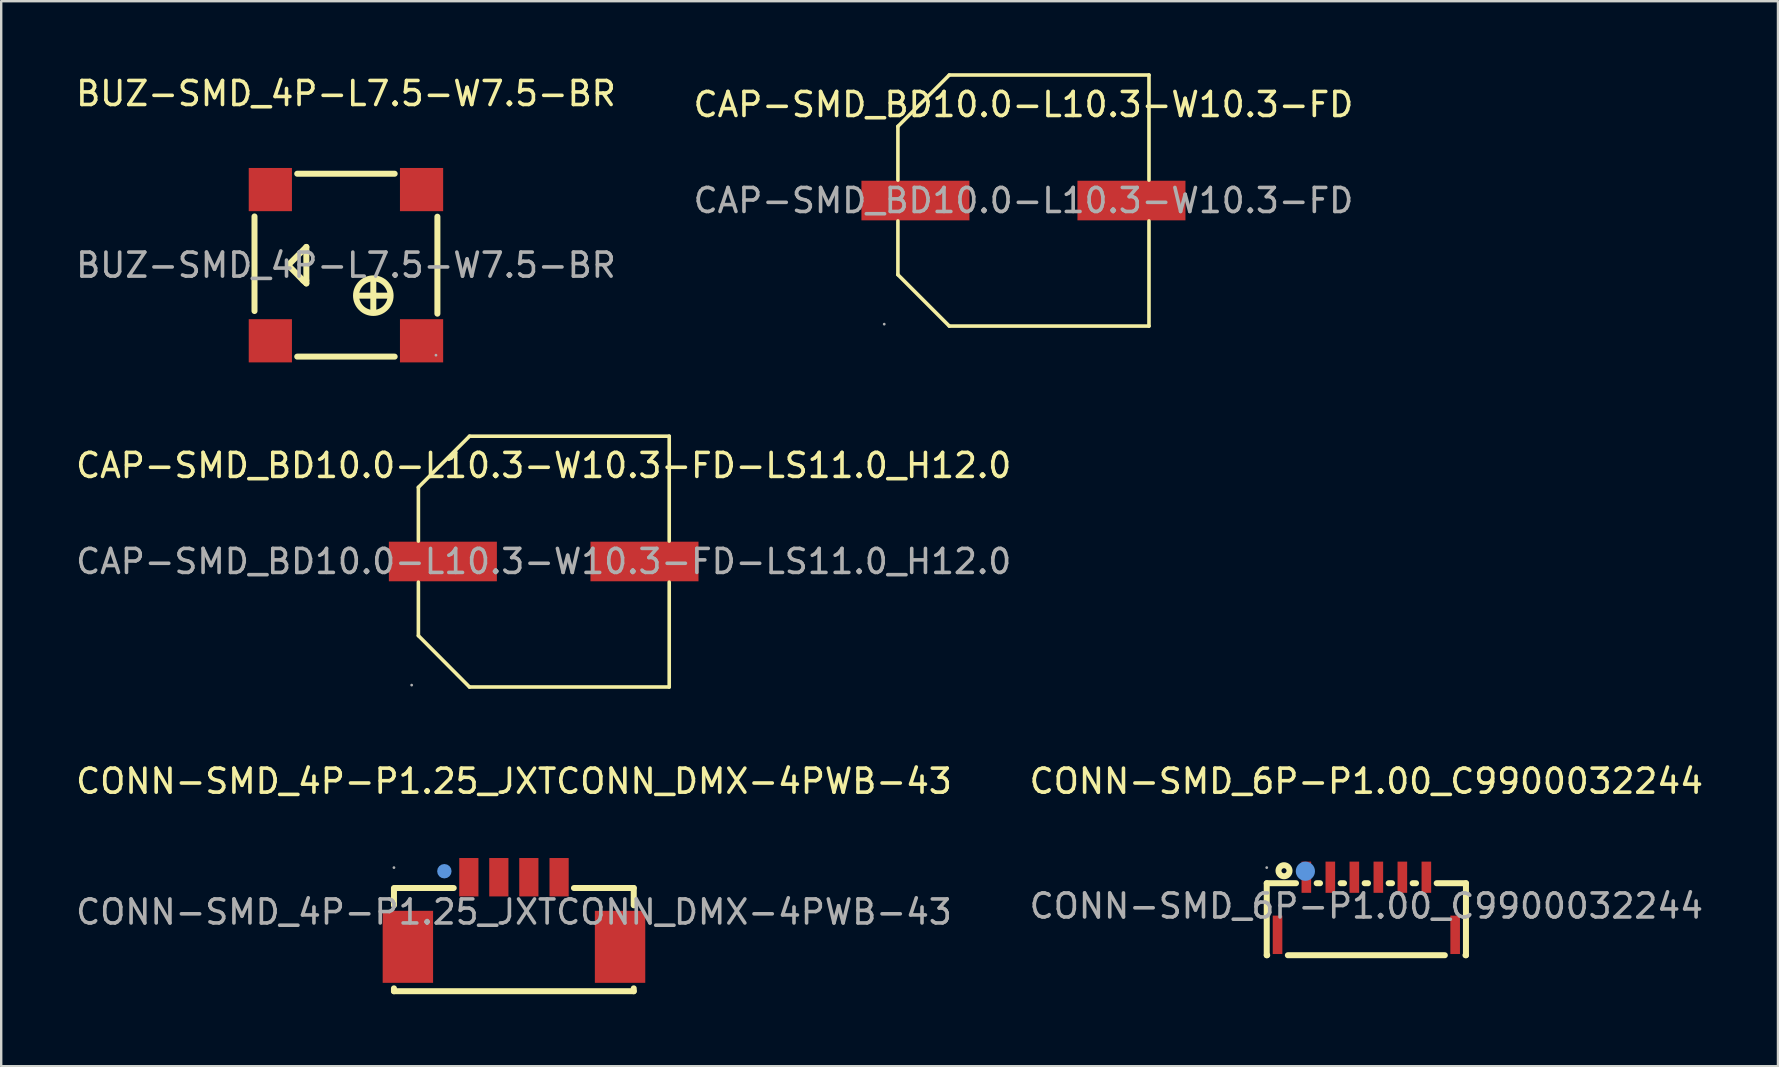
<source format=kicad_pcb>
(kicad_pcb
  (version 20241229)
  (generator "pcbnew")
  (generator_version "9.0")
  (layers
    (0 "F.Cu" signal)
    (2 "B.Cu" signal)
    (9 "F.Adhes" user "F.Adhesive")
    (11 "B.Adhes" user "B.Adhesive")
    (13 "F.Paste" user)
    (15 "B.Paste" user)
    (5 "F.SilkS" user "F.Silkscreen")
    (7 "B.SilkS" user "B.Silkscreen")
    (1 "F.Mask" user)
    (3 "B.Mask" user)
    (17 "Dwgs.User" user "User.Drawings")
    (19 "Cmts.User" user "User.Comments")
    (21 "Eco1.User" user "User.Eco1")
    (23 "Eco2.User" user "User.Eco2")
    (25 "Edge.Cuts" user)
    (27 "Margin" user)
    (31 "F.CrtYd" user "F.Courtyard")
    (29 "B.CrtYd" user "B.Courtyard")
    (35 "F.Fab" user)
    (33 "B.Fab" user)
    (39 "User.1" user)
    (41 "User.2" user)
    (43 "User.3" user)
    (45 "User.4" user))
  (footprint "CAP-SMD_BD10.0-L10.3-W10.3-FD-LS11.0_H12.0"
    (layer "F.Cu")
    (at 19.601 20.343)
    (property "Reference" "CAP-SMD_BD10.0-L10.3-W10.3-FD-LS11.0_H12.0" (at 0 -4 0) (layer "F.SilkS") (effects (font (size 1 1) (thickness 0.15))))
    (attr smd)
    (fp_line (start -5.22 -3.09) (end -5.22 -0.85) (stroke (width 0.15) (type solid)) (layer "F.SilkS"))
    (fp_line (start -5.22 3.09) (end -5.22 0.86) (stroke (width 0.15) (type solid)) (layer "F.SilkS"))
    (fp_line (start -3.09 -5.22) (end -5.22 -3.09) (stroke (width 0.15) (type solid)) (layer "F.SilkS"))
    (fp_line (start -3.09 5.23) (end -5.22 3.09) (stroke (width 0.15) (type solid)) (layer "F.SilkS"))
    (fp_line (start 5.23 -5.22) (end -3.09 -5.22) (stroke (width 0.15) (type solid)) (layer "F.SilkS"))
    (fp_line (start 5.23 -0.85) (end 5.23 -5.22) (stroke (width 0.15) (type solid)) (layer "F.SilkS"))
    (fp_line (start 5.23 0.86) (end 5.23 5.23) (stroke (width 0.15) (type solid)) (layer "F.SilkS"))
    (fp_line (start 5.23 5.23) (end -3.09 5.23) (stroke (width 0.15) (type solid)) (layer "F.SilkS"))
    (fp_circle (center -5.5 5.15) (end -5.47 5.15) (stroke (width 0.06) (type solid)) (fill no) (layer "F.Fab"))
    (fp_text user "${REFERENCE}" (at 0 0 0) (layer "F.Fab") (effects (font (size 1 1) (thickness 0.15))))
    (pad "1" smd rect (at -4.2 0) (size 4.5 1.65) (layers "F.Cu" "F.Mask" "F.Paste"))
    (pad "2" smd rect (at 4.2 0) (size 4.5 1.65) (layers "F.Cu" "F.Mask" "F.Paste")))
  (footprint "CONN-SMD_6P-P1.00_C9900032244"
    (layer "F.Cu")
    (at 53.875 34.697)
    (property "Reference" "CONN-SMD_6P-P1.00_C9900032244" (at 0 -5.2 0) (layer "F.SilkS") (effects (font (size 1 1) (thickness 0.15))))
    (attr smd)
    (fp_line (start -4.15 -0.95) (end -4.15 2.05) (stroke (width 0.25) (type solid)) (layer "F.SilkS"))
    (fp_line (start -4.15 2.05) (end -4.13 2.05) (stroke (width 0.25) (type solid)) (layer "F.SilkS"))
    (fp_line (start -3.27 2.05) (end 3.27 2.05) (stroke (width 0.25) (type solid)) (layer "F.SilkS"))
    (fp_line (start -2.93 -0.95) (end -4.15 -0.95) (stroke (width 0.25) (type solid)) (layer "F.SilkS"))
    (fp_line (start -1.93 -0.95) (end -2.07 -0.95) (stroke (width 0.25) (type solid)) (layer "F.SilkS"))
    (fp_line (start -0.93 -0.95) (end -1.07 -0.95) (stroke (width 0.25) (type solid)) (layer "F.SilkS"))
    (fp_line (start 0.07 -0.95) (end -0.07 -0.95) (stroke (width 0.25) (type solid)) (layer "F.SilkS"))
    (fp_line (start 1.07 -0.95) (end 0.93 -0.95) (stroke (width 0.25) (type solid)) (layer "F.SilkS"))
    (fp_line (start 2.07 -0.95) (end 1.93 -0.95) (stroke (width 0.25) (type solid)) (layer "F.SilkS"))
    (fp_line (start 4.13 2.05) (end 4.15 2.05) (stroke (width 0.25) (type solid)) (layer "F.SilkS"))
    (fp_line (start 4.15 -0.95) (end 2.93 -0.95) (stroke (width 0.25) (type solid)) (layer "F.SilkS"))
    (fp_line (start 4.15 2.05) (end 4.15 -0.95) (stroke (width 0.25) (type solid)) (layer "F.SilkS"))
    (fp_circle (center -3.43 -1.47) (end -3.2 -1.47) (stroke (width 0.25) (type solid)) (fill no) (layer "F.SilkS"))
    (fp_circle (center -2.54 -1.45) (end -2.34 -1.45) (stroke (width 0.4) (type solid)) (fill no) (layer "Cmts.User"))
    (fp_circle (center -4.15 -1.6) (end -4.12 -1.6) (stroke (width 0.06) (type solid)) (fill no) (layer "F.Fab"))
    (fp_text user "${REFERENCE}" (at 0 0 0) (layer "F.Fab") (effects (font (size 1 1) (thickness 0.15))))
    (pad "1" smd rect (at -2.5 -1.2) (size 0.4 1.3) (layers "F.Cu" "F.Mask" "F.Paste"))
    (pad "2" smd rect (at -1.5 -1.2) (size 0.4 1.3) (layers "F.Cu" "F.Mask" "F.Paste"))
    (pad "3" smd rect (at -0.5 -1.2) (size 0.4 1.3) (layers "F.Cu" "F.Mask" "F.Paste"))
    (pad "4" smd rect (at 0.5 -1.2) (size 0.4 1.3) (layers "F.Cu" "F.Mask" "F.Paste"))
    (pad "5" smd rect (at 1.5 -1.2) (size 0.4 1.3) (layers "F.Cu" "F.Mask" "F.Paste"))
    (pad "6" smd rect (at 2.5 -1.2) (size 0.4 1.3) (layers "F.Cu" "F.Mask" "F.Paste"))
    (pad "7" smd rect (at -3.7 1.2) (size 0.4 1.6) (layers "F.Cu" "F.Mask" "F.Paste"))
    (pad "8" smd rect (at 3.7 1.2) (size 0.4 1.6) (layers "F.Cu" "F.Mask" "F.Paste")))
  (footprint "CONN-SMD_4P-P1.25_JXTCONN_DMX-4PWB-43"
    (layer "F.Cu")
    (at 18.363 34.947)
    (property "Reference" "CONN-SMD_4P-P1.25_JXTCONN_DMX-4PWB-43" (at 0 -5.45 0) (layer "F.SilkS") (effects (font (size 1 1) (thickness 0.15))))
    (attr smd)
    (fp_line (start -5 -1) (end -5 -0.28) (stroke (width 0.25) (type solid)) (layer "F.SilkS"))
    (fp_line (start -5 3.18) (end -5 3.3) (stroke (width 0.25) (type solid)) (layer "F.SilkS"))
    (fp_line (start -5 3.3) (end 4.99 3.3) (stroke (width 0.25) (type solid)) (layer "F.SilkS"))
    (fp_line (start -2.51 -1) (end -4.95 -1) (stroke (width 0.25) (type solid)) (layer "F.SilkS"))
    (fp_line (start 4.99 -1) (end 2.5 -1) (stroke (width 0.25) (type solid)) (layer "F.SilkS"))
    (fp_line (start 4.99 -0.28) (end 4.99 -1) (stroke (width 0.25) (type solid)) (layer "F.SilkS"))
    (fp_line (start 4.99 3.3) (end 4.99 3.18) (stroke (width 0.25) (type solid)) (layer "F.SilkS"))
    (fp_circle (center -2.9 -1.7) (end -2.77 -1.7) (stroke (width 0.25) (type solid)) (fill no) (layer "F.SilkS"))
    (fp_circle (center -2.9 -1.7) (end -2.75 -1.7) (stroke (width 0.3) (type solid)) (fill no) (layer "Cmts.User"))
    (fp_circle (center -5 -1.85) (end -4.97 -1.85) (stroke (width 0.06) (type solid)) (fill no) (layer "F.Fab"))
    (fp_text user "${REFERENCE}" (at 0 0 0) (layer "F.Fab") (effects (font (size 1 1) (thickness 0.15))))
    (pad "1" smd rect (at -1.88 -1.45) (size 0.8 1.6) (layers "F.Cu" "F.Mask" "F.Paste"))
    (pad "2" smd rect (at -0.63 -1.45) (size 0.8 1.6) (layers "F.Cu" "F.Mask" "F.Paste"))
    (pad "3" smd rect (at 0.62 -1.45) (size 0.8 1.6) (layers "F.Cu" "F.Mask" "F.Paste"))
    (pad "4" smd rect (at 1.88 -1.45) (size 0.8 1.6) (layers "F.Cu" "F.Mask" "F.Paste"))
    (pad "5" smd rect (at -4.42 1.45) (size 2.1 3) (layers "F.Cu" "F.Mask" "F.Paste"))
    (pad "6" smd rect (at 4.42 1.45) (size 2.1 3) (layers "F.Cu" "F.Mask" "F.Paste")))
  (footprint "CAP-SMD_BD10.0-L10.3-W10.3-FD"
    (layer "F.Cu")
    (at 39.589 5.305)
    (property "Reference" "CAP-SMD_BD10.0-L10.3-W10.3-FD" (at 0 -4 0) (layer "F.SilkS") (effects (font (size 1 1) (thickness 0.15))))
    (attr smd)
    (fp_line (start -5.23 -3.09) (end -5.23 -0.85) (stroke (width 0.15) (type solid)) (layer "F.SilkS"))
    (fp_line (start -5.23 3.09) (end -5.23 0.85) (stroke (width 0.15) (type solid)) (layer "F.SilkS"))
    (fp_line (start -3.09 -5.23) (end -5.23 -3.09) (stroke (width 0.15) (type solid)) (layer "F.SilkS"))
    (fp_line (start -3.09 5.23) (end -5.23 3.09) (stroke (width 0.15) (type solid)) (layer "F.SilkS"))
    (fp_line (start 5.23 -5.23) (end -3.09 -5.23) (stroke (width 0.15) (type solid)) (layer "F.SilkS"))
    (fp_line (start 5.23 -0.85) (end 5.23 -5.23) (stroke (width 0.15) (type solid)) (layer "F.SilkS"))
    (fp_line (start 5.23 0.85) (end 5.23 5.23) (stroke (width 0.15) (type solid)) (layer "F.SilkS"))
    (fp_line (start 5.23 5.23) (end -3.09 5.23) (stroke (width 0.15) (type solid)) (layer "F.SilkS"))
    (fp_circle (center -5.8 5.15) (end -5.77 5.15) (stroke (width 0.06) (type solid)) (fill no) (layer "F.Fab"))
    (fp_text user "${REFERENCE}" (at 0 0 0) (layer "F.Fab") (effects (font (size 1 1) (thickness 0.15))))
    (pad "1" smd rect (at -4.5 0) (size 4.5 1.65) (layers "F.Cu" "F.Mask" "F.Paste"))
    (pad "2" smd rect (at 4.5 0) (size 4.5 1.65) (layers "F.Cu" "F.Mask" "F.Paste")))
  (footprint "BUZ-SMD_4P-L7.5-W7.5-BR"
    (layer "F.Cu")
    (at 11.363 7.998)
    (property "Reference" "BUZ-SMD_4P-L7.5-W7.5-BR" (at 0 -7.15 0) (layer "F.SilkS") (effects (font (size 1 1) (thickness 0.15))))
    (attr through_hole)
    (fp_line (start -3.81 -2.03) (end -3.81 1.91) (stroke (width 0.25) (type solid)) (layer "F.SilkS"))
    (fp_line (start -2.41 0) (end -1.65 -0.76) (stroke (width 0.25) (type solid)) (layer "F.SilkS"))
    (fp_line (start -2.03 3.81) (end 2.03 3.81) (stroke (width 0.25) (type solid)) (layer "F.SilkS"))
    (fp_line (start -1.78 0.64) (end -2.41 0) (stroke (width 0.25) (type solid)) (layer "F.SilkS"))
    (fp_line (start -1.65 -0.76) (end -1.65 0.64) (stroke (width 0.25) (type solid)) (layer "F.SilkS"))
    (fp_line (start -1.65 0.64) (end -1.65 0.76) (stroke (width 0.25) (type solid)) (layer "F.SilkS"))
    (fp_line (start -1.65 0.76) (end -1.78 0.64) (stroke (width 0.25) (type solid)) (layer "F.SilkS"))
    (fp_line (start 0.51 1.27) (end 1.78 1.27) (stroke (width 0.25) (type solid)) (layer "F.SilkS"))
    (fp_line (start 1.14 0.64) (end 1.14 1.91) (stroke (width 0.25) (type solid)) (layer "F.SilkS"))
    (fp_line (start 2.03 -3.81) (end -2.03 -3.81) (stroke (width 0.25) (type solid)) (layer "F.SilkS"))
    (fp_line (start 3.81 2.02) (end 3.81 -2.02) (stroke (width 0.25) (type solid)) (layer "F.SilkS"))
    (fp_circle (center 1.14 1.27) (end 1.86 1.27) (stroke (width 0.25) (type solid)) (fill no) (layer "F.SilkS"))
    (fp_circle (center 3.75 3.75) (end 3.78 3.75) (stroke (width 0.06) (type solid)) (fill no) (layer "F.Fab"))
    (fp_text user "${REFERENCE}" (at 0 0 0) (layer "F.Fab") (effects (font (size 1 1) (thickness 0.15))))
    (pad "1" smd rect (at 3.15 3.15) (size 1.8 1.8) (layers "F.Cu" "F.Mask" "F.Paste"))
    (pad "2" smd rect (at 3.15 -3.15) (size 1.8 1.8) (layers "F.Cu" "F.Mask" "F.Paste"))
    (pad "3" smd rect (at -3.15 -3.15) (size 1.8 1.8) (layers "F.Cu" "F.Mask" "F.Paste"))
    (pad "4" smd rect (at -3.15 3.15) (size 1.8 1.8) (layers "F.Cu" "F.Mask" "F.Paste")))
  (gr_rect
    (start -3 -3)
    (end 71.024 41.371)
    (stroke (width 0.1) (type default))
    (fill no)
    (layer "Edge.Cuts")))
</source>
